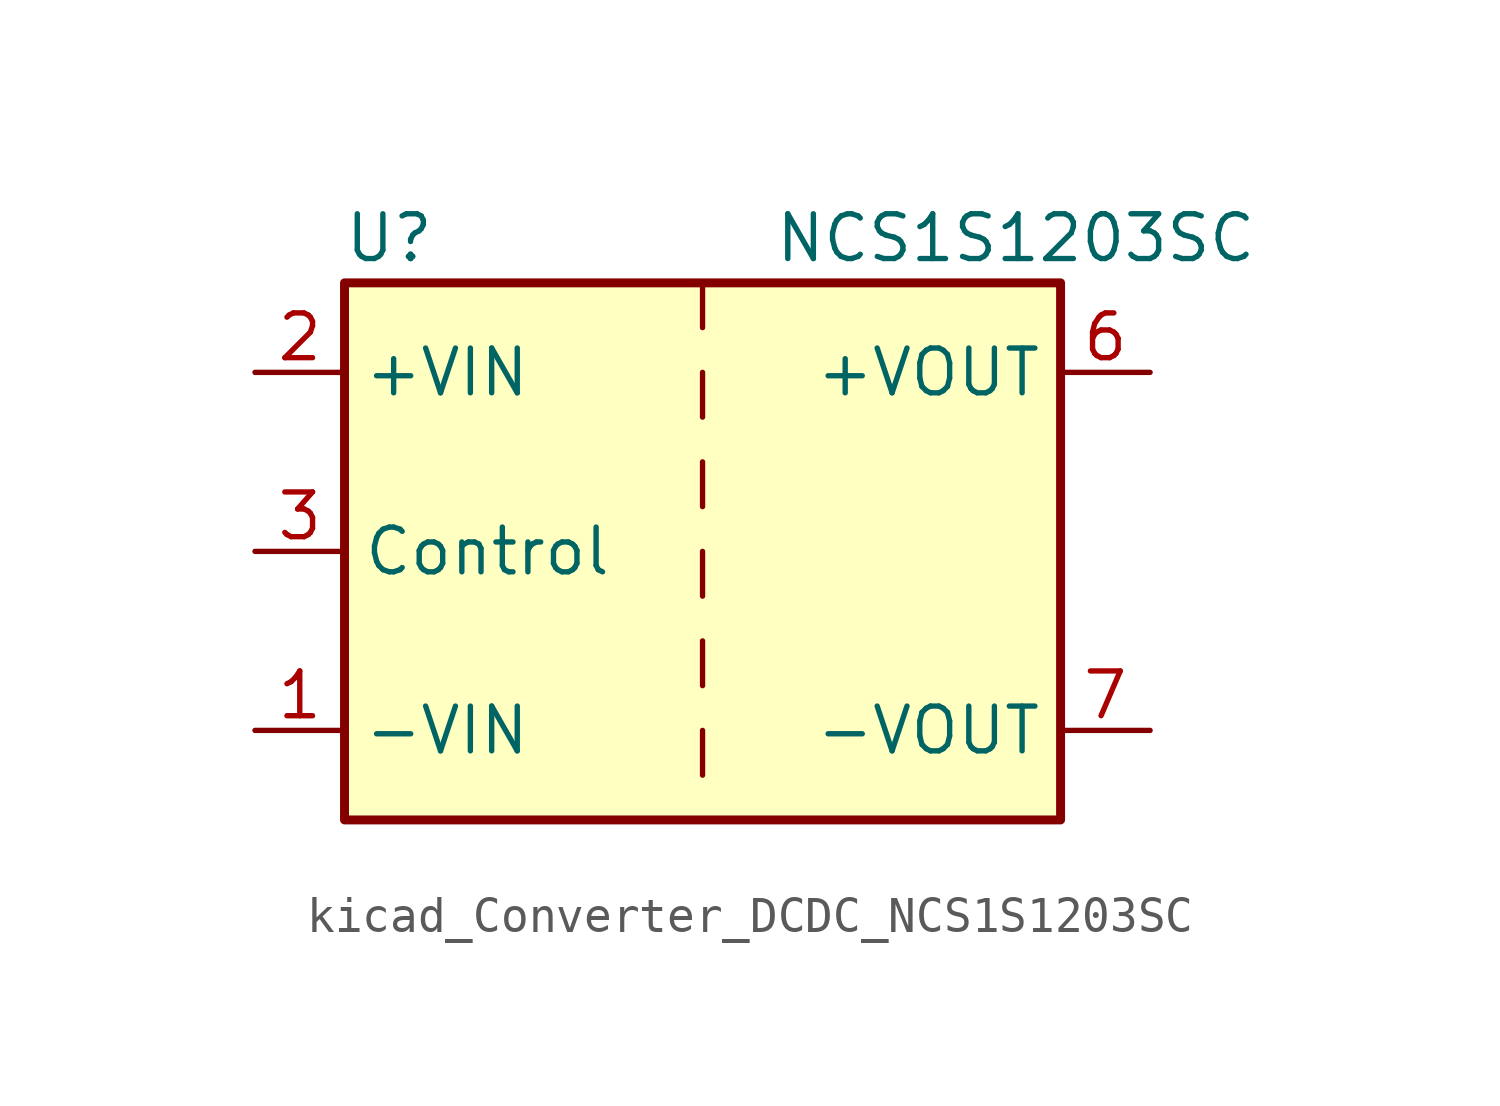
<source format=kicad_sym>
(kicad_symbol_lib
  (version 20220914)
  (generator kicad_symbol_editor)
  (symbol "kicad_Converter_DCDC_NCS1S1203SC"
    (property "Reference" "U"
      (at -8.89 8.89 0)
      (effects (font (size 1.27 1.27))))
    (property "Value" "NCS1S1203SC"
      (at 8.89 8.89 0)
      (effects (font (size 1.27 1.27))))
    (symbol "kicad_Converter_DCDC_NCS1S1203SC_0_1"
      (rectangle (start -10.16 7.62) (end 10.16 -7.62) (stroke (width 0.254) (type default)) (fill (type background)))
      (polyline (pts (xy 0 -5.08) (xy 0 -6.35)) (stroke (width 0) (type default)) (fill (type none)))
      (polyline (pts (xy 0 -2.54) (xy 0 -3.81)) (stroke (width 0) (type default)) (fill (type none)))
      (polyline (pts (xy 0 0) (xy 0 -1.27)) (stroke (width 0) (type default)) (fill (type none)))
      (polyline (pts (xy 0 2.54) (xy 0 1.27)) (stroke (width 0) (type default)) (fill (type none)))
      (polyline (pts (xy 0 5.08) (xy 0 3.81)) (stroke (width 0) (type default)) (fill (type none)))
      (polyline (pts (xy 0 7.62) (xy 0 6.35)) (stroke (width 0) (type default)) (fill (type none))))
    (symbol "kicad_Converter_DCDC_NCS1S1203SC_1_1"
      (pin power_in line (at -12.7 -5.08 0) (length 2.54) (name "-VIN" (effects (font (size 1.27 1.27)))) (number "1" (effects (font (size 1.27 1.27)))))
      (pin power_in line (at -12.7 5.08 0) (length 2.54) (name "+VIN" (effects (font (size 1.27 1.27)))) (number "2" (effects (font (size 1.27 1.27)))))
      (pin input line (at -12.7 0 0) (length 2.54) (name "Control" (effects (font (size 1.27 1.27)))) (number "3" (effects (font (size 1.27 1.27)))))
      (pin power_out line (at 12.7 5.08 180) (length 2.54) (name "+VOUT" (effects (font (size 1.27 1.27)))) (number "6" (effects (font (size 1.27 1.27)))))
      (pin power_out line (at 12.7 -5.08 180) (length 2.54) (name "-VOUT" (effects (font (size 1.27 1.27)))) (number "7" (effects (font (size 1.27 1.27))))))))
</source>
